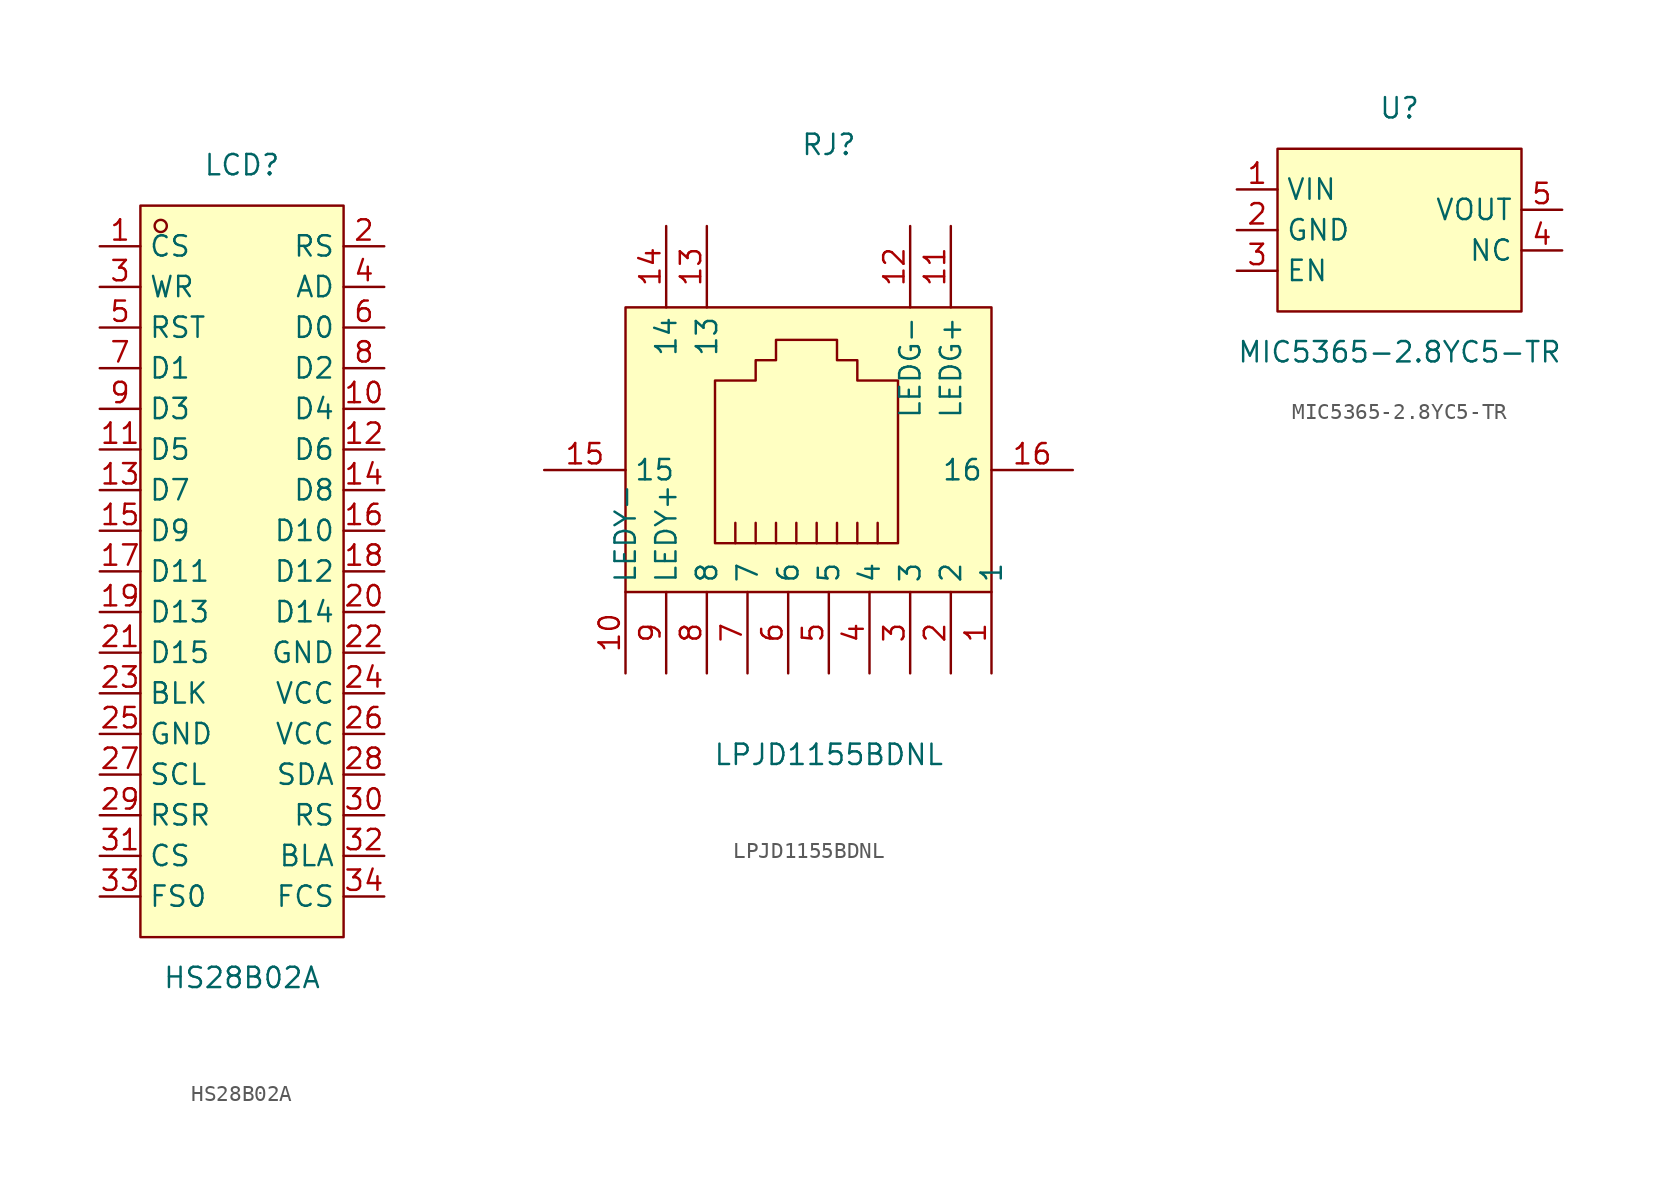
<source format=kicad_sym>
(kicad_symbol_lib
  (version 20241209)
  (generator "kicad_symbol_editor")
  (generator_version "9.0")
  (symbol "HS28B02A"
    (property "Reference" "LCD"
      (at 0 25.4 0)
      (effects (font (size 1.27 1.27))))
    (property "Value" "HS28B02A"
      (at 0 -25.4 0)
      (effects (font (size 1.27 1.27))))
    (symbol "HS28B02A_0_1"
      (rectangle (start -6.35 22.86) (end 6.35 -22.86) (stroke (width 0) (type default)) (fill (type background)))
      (circle (center -5.08 21.59) (radius 0.38) (stroke (width 0) (type default)) (fill (type none)))
      (pin unspecified line (at -8.89 20.32 0) (length 2.54) (name "CS" (effects (font (size 1.27 1.27)))) (number "1" (effects (font (size 1.27 1.27)))))
      (pin unspecified line (at -8.89 17.78 0) (length 2.54) (name "WR" (effects (font (size 1.27 1.27)))) (number "3" (effects (font (size 1.27 1.27)))))
      (pin unspecified line (at -8.89 15.24 0) (length 2.54) (name "RST" (effects (font (size 1.27 1.27)))) (number "5" (effects (font (size 1.27 1.27)))))
      (pin unspecified line (at -8.89 12.7 0) (length 2.54) (name "D1" (effects (font (size 1.27 1.27)))) (number "7" (effects (font (size 1.27 1.27)))))
      (pin unspecified line (at -8.89 10.16 0) (length 2.54) (name "D3" (effects (font (size 1.27 1.27)))) (number "9" (effects (font (size 1.27 1.27)))))
      (pin unspecified line (at -8.89 7.62 0) (length 2.54) (name "D5" (effects (font (size 1.27 1.27)))) (number "11" (effects (font (size 1.27 1.27)))))
      (pin unspecified line (at -8.89 5.08 0) (length 2.54) (name "D7" (effects (font (size 1.27 1.27)))) (number "13" (effects (font (size 1.27 1.27)))))
      (pin unspecified line (at -8.89 2.54 0) (length 2.54) (name "D9" (effects (font (size 1.27 1.27)))) (number "15" (effects (font (size 1.27 1.27)))))
      (pin unspecified line (at -8.89 0 0) (length 2.54) (name "D11" (effects (font (size 1.27 1.27)))) (number "17" (effects (font (size 1.27 1.27)))))
      (pin unspecified line (at -8.89 -2.54 0) (length 2.54) (name "D13" (effects (font (size 1.27 1.27)))) (number "19" (effects (font (size 1.27 1.27)))))
      (pin unspecified line (at -8.89 -5.08 0) (length 2.54) (name "D15" (effects (font (size 1.27 1.27)))) (number "21" (effects (font (size 1.27 1.27)))))
      (pin unspecified line (at -8.89 -7.62 0) (length 2.54) (name "BLK" (effects (font (size 1.27 1.27)))) (number "23" (effects (font (size 1.27 1.27)))))
      (pin unspecified line (at -8.89 -10.16 0) (length 2.54) (name "GND" (effects (font (size 1.27 1.27)))) (number "25" (effects (font (size 1.27 1.27)))))
      (pin unspecified line (at -8.89 -12.7 0) (length 2.54) (name "SCL" (effects (font (size 1.27 1.27)))) (number "27" (effects (font (size 1.27 1.27)))))
      (pin unspecified line (at -8.89 -15.24 0) (length 2.54) (name "RSR" (effects (font (size 1.27 1.27)))) (number "29" (effects (font (size 1.27 1.27)))))
      (pin unspecified line (at -8.89 -17.78 0) (length 2.54) (name "CS" (effects (font (size 1.27 1.27)))) (number "31" (effects (font (size 1.27 1.27)))))
      (pin unspecified line (at -8.89 -20.32 0) (length 2.54) (name "FS0" (effects (font (size 1.27 1.27)))) (number "33" (effects (font (size 1.27 1.27)))))
      (pin unspecified line (at 8.89 20.32 180) (length 2.54) (name "RS" (effects (font (size 1.27 1.27)))) (number "2" (effects (font (size 1.27 1.27)))))
      (pin unspecified line (at 8.89 17.78 180) (length 2.54) (name "AD" (effects (font (size 1.27 1.27)))) (number "4" (effects (font (size 1.27 1.27)))))
      (pin unspecified line (at 8.89 15.24 180) (length 2.54) (name "D0" (effects (font (size 1.27 1.27)))) (number "6" (effects (font (size 1.27 1.27)))))
      (pin unspecified line (at 8.89 12.7 180) (length 2.54) (name "D2" (effects (font (size 1.27 1.27)))) (number "8" (effects (font (size 1.27 1.27)))))
      (pin unspecified line (at 8.89 10.16 180) (length 2.54) (name "D4" (effects (font (size 1.27 1.27)))) (number "10" (effects (font (size 1.27 1.27)))))
      (pin unspecified line (at 8.89 7.62 180) (length 2.54) (name "D6" (effects (font (size 1.27 1.27)))) (number "12" (effects (font (size 1.27 1.27)))))
      (pin unspecified line (at 8.89 5.08 180) (length 2.54) (name "D8" (effects (font (size 1.27 1.27)))) (number "14" (effects (font (size 1.27 1.27)))))
      (pin unspecified line (at 8.89 2.54 180) (length 2.54) (name "D10" (effects (font (size 1.27 1.27)))) (number "16" (effects (font (size 1.27 1.27)))))
      (pin unspecified line (at 8.89 0 180) (length 2.54) (name "D12" (effects (font (size 1.27 1.27)))) (number "18" (effects (font (size 1.27 1.27)))))
      (pin unspecified line (at 8.89 -2.54 180) (length 2.54) (name "D14" (effects (font (size 1.27 1.27)))) (number "20" (effects (font (size 1.27 1.27)))))
      (pin unspecified line (at 8.89 -5.08 180) (length 2.54) (name "GND" (effects (font (size 1.27 1.27)))) (number "22" (effects (font (size 1.27 1.27)))))
      (pin unspecified line (at 8.89 -7.62 180) (length 2.54) (name "VCC" (effects (font (size 1.27 1.27)))) (number "24" (effects (font (size 1.27 1.27)))))
      (pin unspecified line (at 8.89 -10.16 180) (length 2.54) (name "VCC" (effects (font (size 1.27 1.27)))) (number "26" (effects (font (size 1.27 1.27)))))
      (pin unspecified line (at 8.89 -12.7 180) (length 2.54) (name "SDA" (effects (font (size 1.27 1.27)))) (number "28" (effects (font (size 1.27 1.27)))))
      (pin unspecified line (at 8.89 -15.24 180) (length 2.54) (name "RS" (effects (font (size 1.27 1.27)))) (number "30" (effects (font (size 1.27 1.27)))))
      (pin unspecified line (at 8.89 -17.78 180) (length 2.54) (name "BLA" (effects (font (size 1.27 1.27)))) (number "32" (effects (font (size 1.27 1.27)))))
      (pin unspecified line (at 8.89 -20.32 180) (length 2.54) (name "FCS" (effects (font (size 1.27 1.27)))) (number "34" (effects (font (size 1.27 1.27)))))))
  (symbol "LPJD1155BDNL"
    (property "Reference" "RJ"
      (at 0 20.32 0)
      (effects (font (size 1.27 1.27))))
    (property "Value" "LPJD1155BDNL"
      (at 0 -17.78 0)
      (effects (font (size 1.27 1.27))))
    (symbol "LPJD1155BDNL_0_1"
      (rectangle (start -12.7 10.16) (end 10.16 -7.62) (stroke (width 0) (type default)) (fill (type background)))
      (polyline (pts (xy -5.84 -3.3) (xy -5.84 -4.57) (xy -5.84 -4.57)) (stroke (width 0) (type default)) (fill (type none)))
      (polyline (pts (xy -4.57 -3.3) (xy -4.57 -4.57) (xy -4.57 -4.57)) (stroke (width 0) (type default)) (fill (type none)))
      (polyline (pts (xy -3.3 -4.57) (xy -3.3 -3.3) (xy -3.3 -3.3)) (stroke (width 0) (type default)) (fill (type none)))
      (polyline (pts (xy -2.03 -4.57) (xy -2.03 -3.3) (xy -2.03 -3.3)) (stroke (width 0) (type default)) (fill (type none)))
      (polyline (pts (xy -0.76 -4.57) (xy -0.76 -3.3) (xy -0.76 -3.3)) (stroke (width 0) (type default)) (fill (type none)))
      (polyline (pts (xy 0.51 -4.57) (xy 0.51 -3.3) (xy 0.51 -3.3)) (stroke (width 0) (type default)) (fill (type none)))
      (polyline (pts (xy 1.78 -4.57) (xy 1.78 -3.3) (xy 1.78 -3.3)) (stroke (width 0) (type default)) (fill (type none)))
      (polyline (pts (xy 3.05 -3.3) (xy 3.05 -4.57) (xy 3.05 -4.57)) (stroke (width 0) (type default)) (fill (type none)))
      (polyline (pts (xy 4.32 -4.57) (xy -7.11 -4.57) (xy -7.11 5.59) (xy -4.57 5.59) (xy -4.57 6.86) (xy -3.3 6.86) (xy -3.3 8.13) (xy 0.51 8.13) (xy 0.51 6.86) (xy 1.78 6.86) (xy 1.78 5.59) (xy 4.32 5.59) (xy 4.32 -4.57) (xy 4.32 -4.57)) (stroke (width 0) (type default)) (fill (type background)))
      (pin unspecified line (at -17.78 0 0) (length 5.08) (name "15" (effects (font (size 1.27 1.27)))) (number "15" (effects (font (size 1.27 1.27)))))
      (pin unspecified line (at -12.7 -12.7 90) (length 5.08) (name "LEDY-" (effects (font (size 1.27 1.27)))) (number "10" (effects (font (size 1.27 1.27)))))
      (pin unspecified line (at -10.16 15.24 270) (length 5.08) (name "14" (effects (font (size 1.27 1.27)))) (number "14" (effects (font (size 1.27 1.27)))))
      (pin unspecified line (at -10.16 -12.7 90) (length 5.08) (name "LEDY+" (effects (font (size 1.27 1.27)))) (number "9" (effects (font (size 1.27 1.27)))))
      (pin unspecified line (at -7.62 15.24 270) (length 5.08) (name "13" (effects (font (size 1.27 1.27)))) (number "13" (effects (font (size 1.27 1.27)))))
      (pin unspecified line (at -7.62 -12.7 90) (length 5.08) (name "8" (effects (font (size 1.27 1.27)))) (number "8" (effects (font (size 1.27 1.27)))))
      (pin unspecified line (at -5.08 -12.7 90) (length 5.08) (name "7" (effects (font (size 1.27 1.27)))) (number "7" (effects (font (size 1.27 1.27)))))
      (pin unspecified line (at -2.54 -12.7 90) (length 5.08) (name "6" (effects (font (size 1.27 1.27)))) (number "6" (effects (font (size 1.27 1.27)))))
      (pin unspecified line (at 0 -12.7 90) (length 5.08) (name "5" (effects (font (size 1.27 1.27)))) (number "5" (effects (font (size 1.27 1.27)))))
      (pin unspecified line (at 2.54 -12.7 90) (length 5.08) (name "4" (effects (font (size 1.27 1.27)))) (number "4" (effects (font (size 1.27 1.27)))))
      (pin unspecified line (at 5.08 15.24 270) (length 5.08) (name "LEDG-" (effects (font (size 1.27 1.27)))) (number "12" (effects (font (size 1.27 1.27)))))
      (pin unspecified line (at 5.08 -12.7 90) (length 5.08) (name "3" (effects (font (size 1.27 1.27)))) (number "3" (effects (font (size 1.27 1.27)))))
      (pin unspecified line (at 7.62 15.24 270) (length 5.08) (name "LEDG+" (effects (font (size 1.27 1.27)))) (number "11" (effects (font (size 1.27 1.27)))))
      (pin unspecified line (at 7.62 -12.7 90) (length 5.08) (name "2" (effects (font (size 1.27 1.27)))) (number "2" (effects (font (size 1.27 1.27)))))
      (pin unspecified line (at 10.16 -12.7 90) (length 5.08) (name "1" (effects (font (size 1.27 1.27)))) (number "1" (effects (font (size 1.27 1.27)))))
      (pin unspecified line (at 15.24 0 180) (length 5.08) (name "16" (effects (font (size 1.27 1.27)))) (number "16" (effects (font (size 1.27 1.27)))))))
  (symbol "MIC5365-2.8YC5-TR"
    (property "Reference" "U"
      (at 0 7.62 0)
      (effects (font (size 1.27 1.27))))
    (property "Value" "MIC5365-2.8YC5-TR"
      (at 0 -7.62 0)
      (effects (font (size 1.27 1.27))))
    (symbol "MIC5365-2.8YC5-TR_0_1"
      (rectangle (start -7.62 5.08) (end 7.62 -5.08) (stroke (width 0) (type default)) (fill (type background)))
      (pin unspecified line (at -10.16 2.54 0) (length 2.54) (name "VIN" (effects (font (size 1.27 1.27)))) (number "1" (effects (font (size 1.27 1.27)))))
      (pin unspecified line (at -10.16 0 0) (length 2.54) (name "GND" (effects (font (size 1.27 1.27)))) (number "2" (effects (font (size 1.27 1.27)))))
      (pin unspecified line (at -10.16 -2.54 0) (length 2.54) (name "EN" (effects (font (size 1.27 1.27)))) (number "3" (effects (font (size 1.27 1.27)))))
      (pin unspecified line (at 10.16 1.27 180) (length 2.54) (name "VOUT" (effects (font (size 1.27 1.27)))) (number "5" (effects (font (size 1.27 1.27)))))
      (pin unspecified line (at 10.16 -1.27 180) (length 2.54) (name "NC" (effects (font (size 1.27 1.27)))) (number "4" (effects (font (size 1.27 1.27))))))))
</source>
